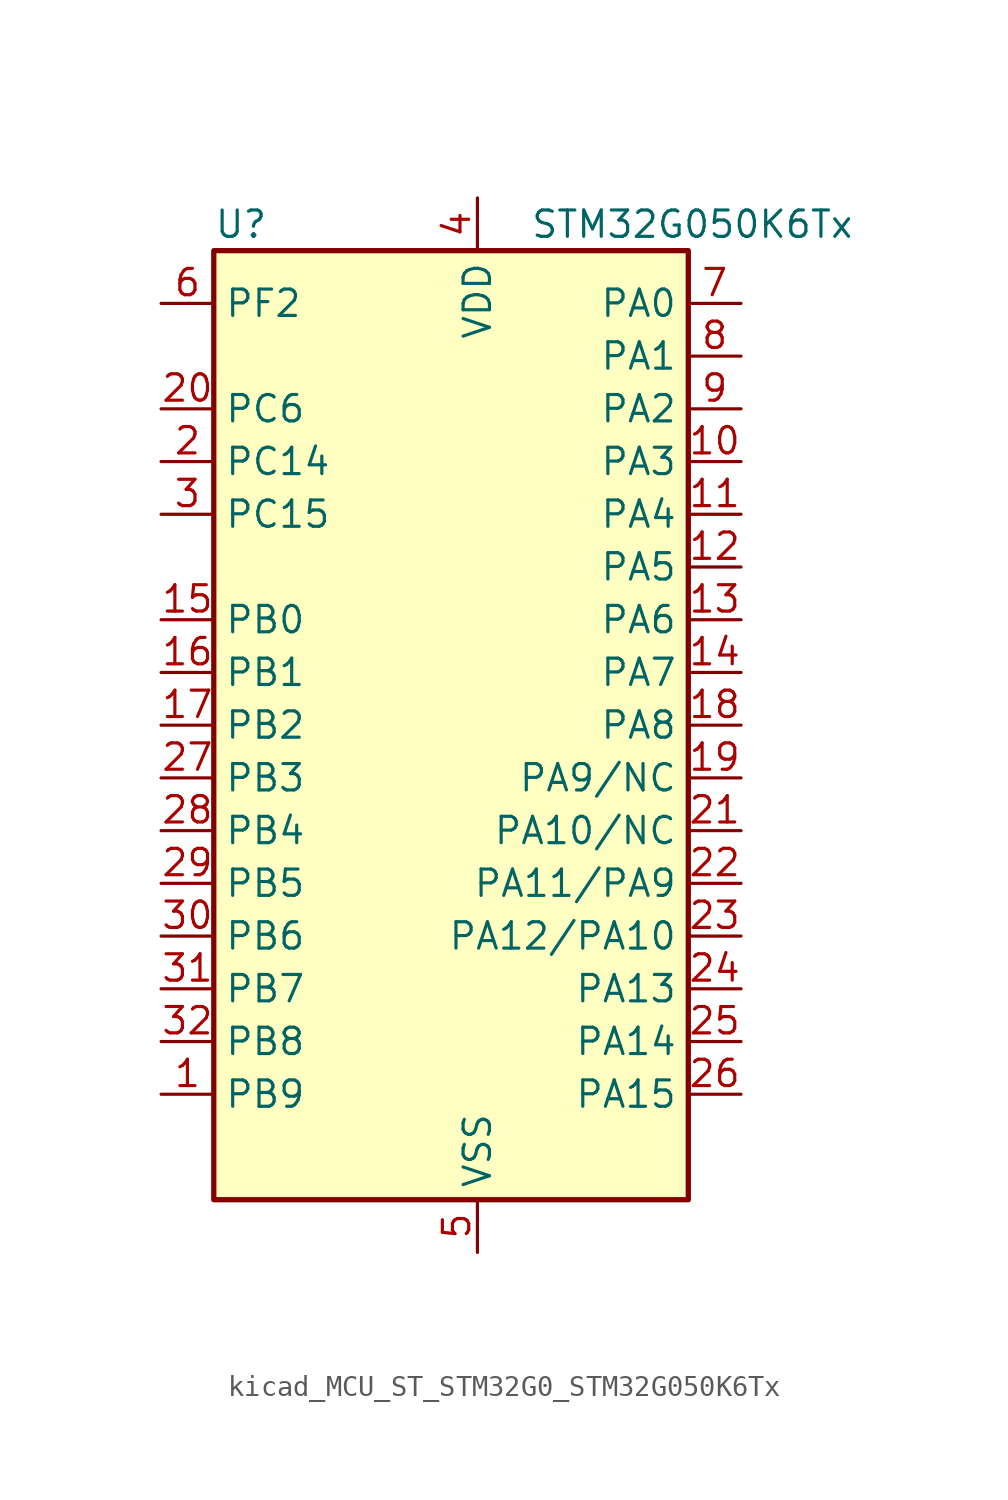
<source format=kicad_sym>
(kicad_symbol_lib
  (version 20220914)
  (generator kicad_symbol_editor)
  (symbol "kicad_MCU_ST_STM32G0_STM32G050K6Tx"
    (property "Reference" "U"
      (at -10.16 24.13 0)
      (effects (font (size 1.27 1.27)) (justify left)))
    (property "Value" "STM32G050K6Tx"
      (at 5.08 24.13 0)
      (effects (font (size 1.27 1.27)) (justify left)))
    (property "ki_locked" ""
      (at 0 0 0)
      (effects (font (size 1.27 1.27))))
    (symbol "kicad_MCU_ST_STM32G0_STM32G050K6Tx_0_1"
      (rectangle (start -10.16 -22.86) (end 12.7 22.86) (stroke (width 0.254) (type default)) (fill (type background))))
    (symbol "kicad_MCU_ST_STM32G0_STM32G050K6Tx_1_1"
      (pin bidirectional line (at -12.7 -17.78 0) (length 2.54) (name "PB9" (effects (font (size 1.27 1.27)))) (number "1" (effects (font (size 1.27 1.27)))) (alternate "I2C1_SDA" bidirectional line) (alternate "IR_OUT" bidirectional line) (alternate "SPI2_NSS" bidirectional line) (alternate "TIM17_CH1" bidirectional line))
      (pin bidirectional line (at 15.24 12.7 180) (length 2.54) (name "PA3" (effects (font (size 1.27 1.27)))) (number "10" (effects (font (size 1.27 1.27)))) (alternate "ADC1_IN3" bidirectional line) (alternate "SPI2_MISO" bidirectional line) (alternate "TIM15_CH2" bidirectional line) (alternate "USART2_RX" bidirectional line))
      (pin bidirectional line (at 15.24 10.16 180) (length 2.54) (name "PA4" (effects (font (size 1.27 1.27)))) (number "11" (effects (font (size 1.27 1.27)))) (alternate "ADC1_IN4" bidirectional line) (alternate "I2S1_WS" bidirectional line) (alternate "RTC_OUT1" bidirectional line) (alternate "RTC_TAMP_IN1" bidirectional line) (alternate "RTC_TS" bidirectional line) (alternate "SPI1_NSS" bidirectional line) (alternate "SPI2_MOSI" bidirectional line) (alternate "SYS_WKUP2" bidirectional line) (alternate "TIM14_CH1" bidirectional line))
      (pin bidirectional line (at 15.24 7.62 180) (length 2.54) (name "PA5" (effects (font (size 1.27 1.27)))) (number "12" (effects (font (size 1.27 1.27)))) (alternate "ADC1_IN5" bidirectional line) (alternate "I2S1_CK" bidirectional line) (alternate "SPI1_SCK" bidirectional line))
      (pin bidirectional line (at 15.24 5.08 180) (length 2.54) (name "PA6" (effects (font (size 1.27 1.27)))) (number "13" (effects (font (size 1.27 1.27)))) (alternate "ADC1_IN6" bidirectional line) (alternate "I2S1_MCK" bidirectional line) (alternate "SPI1_MISO" bidirectional line) (alternate "TIM16_CH1" bidirectional line) (alternate "TIM1_BK" bidirectional line) (alternate "TIM3_CH1" bidirectional line))
      (pin bidirectional line (at 15.24 2.54 180) (length 2.54) (name "PA7" (effects (font (size 1.27 1.27)))) (number "14" (effects (font (size 1.27 1.27)))) (alternate "ADC1_IN7" bidirectional line) (alternate "I2S1_SD" bidirectional line) (alternate "SPI1_MOSI" bidirectional line) (alternate "TIM14_CH1" bidirectional line) (alternate "TIM17_CH1" bidirectional line) (alternate "TIM1_CH1N" bidirectional line) (alternate "TIM3_CH2" bidirectional line))
      (pin bidirectional line (at -12.7 5.08 0) (length 2.54) (name "PB0" (effects (font (size 1.27 1.27)))) (number "15" (effects (font (size 1.27 1.27)))) (alternate "ADC1_IN8" bidirectional line) (alternate "I2S1_WS" bidirectional line) (alternate "SPI1_NSS" bidirectional line) (alternate "TIM1_CH2N" bidirectional line) (alternate "TIM3_CH3" bidirectional line))
      (pin bidirectional line (at -12.7 2.54 0) (length 2.54) (name "PB1" (effects (font (size 1.27 1.27)))) (number "16" (effects (font (size 1.27 1.27)))) (alternate "ADC1_IN9" bidirectional line) (alternate "TIM14_CH1" bidirectional line) (alternate "TIM1_CH3N" bidirectional line) (alternate "TIM3_CH4" bidirectional line))
      (pin bidirectional line (at -12.7 0 0) (length 2.54) (name "PB2" (effects (font (size 1.27 1.27)))) (number "17" (effects (font (size 1.27 1.27)))) (alternate "ADC1_IN10" bidirectional line) (alternate "SPI2_MISO" bidirectional line))
      (pin bidirectional line (at 15.24 0 180) (length 2.54) (name "PA8" (effects (font (size 1.27 1.27)))) (number "18" (effects (font (size 1.27 1.27)))) (alternate "RCC_MCO" bidirectional line) (alternate "SPI2_NSS" bidirectional line) (alternate "TIM1_CH1" bidirectional line))
      (pin bidirectional line (at 15.24 -2.54 180) (length 2.54) (name "PA9/NC" (effects (font (size 1.27 1.27)))) (number "19" (effects (font (size 1.27 1.27)))) (alternate "I2C1_SCL" bidirectional line) (alternate "RCC_MCO" bidirectional line) (alternate "SPI2_MISO" bidirectional line) (alternate "TIM15_BK" bidirectional line) (alternate "TIM1_CH2" bidirectional line) (alternate "USART1_TX" bidirectional line))
      (pin bidirectional line (at -12.7 12.7 0) (length 2.54) (name "PC14" (effects (font (size 1.27 1.27)))) (number "2" (effects (font (size 1.27 1.27)))) (alternate "RCC_OSC32_IN" bidirectional line) (alternate "RCC_OSC_IN" bidirectional line) (alternate "TIM1_BK2" bidirectional line))
      (pin bidirectional line (at -12.7 15.24 0) (length 2.54) (name "PC6" (effects (font (size 1.27 1.27)))) (number "20" (effects (font (size 1.27 1.27)))) (alternate "TIM3_CH1" bidirectional line))
      (pin bidirectional line (at 15.24 -5.08 180) (length 2.54) (name "PA10/NC" (effects (font (size 1.27 1.27)))) (number "21" (effects (font (size 1.27 1.27)))) (alternate "I2C1_SDA" bidirectional line) (alternate "SPI2_MOSI" bidirectional line) (alternate "TIM17_BK" bidirectional line) (alternate "TIM1_CH3" bidirectional line) (alternate "USART1_RX" bidirectional line))
      (pin bidirectional line (at 15.24 -7.62 180) (length 2.54) (name "PA11/PA9" (effects (font (size 1.27 1.27)))) (number "22" (effects (font (size 1.27 1.27)))) (alternate "ADC1_EXTI11" bidirectional line) (alternate "ADC1_IN15" bidirectional line) (alternate "I2C2_SCL" bidirectional line) (alternate "I2S1_MCK" bidirectional line) (alternate "SPI1_MISO" bidirectional line) (alternate "TIM1_BK2" bidirectional line) (alternate "TIM1_CH4" bidirectional line) (alternate "USART1_CTS" bidirectional line) (alternate "USART1_NSS" bidirectional line))
      (pin bidirectional line (at 15.24 -10.16 180) (length 2.54) (name "PA12/PA10" (effects (font (size 1.27 1.27)))) (number "23" (effects (font (size 1.27 1.27)))) (alternate "ADC1_IN16" bidirectional line) (alternate "I2C2_SDA" bidirectional line) (alternate "I2S1_SD" bidirectional line) (alternate "I2S_CKIN" bidirectional line) (alternate "SPI1_MOSI" bidirectional line) (alternate "TIM1_ETR" bidirectional line) (alternate "USART1_CK" bidirectional line) (alternate "USART1_DE" bidirectional line) (alternate "USART1_RTS" bidirectional line))
      (pin bidirectional line (at 15.24 -12.7 180) (length 2.54) (name "PA13" (effects (font (size 1.27 1.27)))) (number "24" (effects (font (size 1.27 1.27)))) (alternate "ADC1_IN17" bidirectional line) (alternate "IR_OUT" bidirectional line) (alternate "SYS_SWDIO" bidirectional line))
      (pin bidirectional line (at 15.24 -15.24 180) (length 2.54) (name "PA14" (effects (font (size 1.27 1.27)))) (number "25" (effects (font (size 1.27 1.27)))) (alternate "ADC1_IN18" bidirectional line) (alternate "SYS_SWCLK" bidirectional line) (alternate "USART2_TX" bidirectional line))
      (pin bidirectional line (at 15.24 -17.78 180) (length 2.54) (name "PA15" (effects (font (size 1.27 1.27)))) (number "26" (effects (font (size 1.27 1.27)))) (alternate "I2S1_WS" bidirectional line) (alternate "SPI1_NSS" bidirectional line) (alternate "USART2_RX" bidirectional line))
      (pin bidirectional line (at -12.7 -2.54 0) (length 2.54) (name "PB3" (effects (font (size 1.27 1.27)))) (number "27" (effects (font (size 1.27 1.27)))) (alternate "I2S1_CK" bidirectional line) (alternate "SPI1_SCK" bidirectional line) (alternate "TIM1_CH2" bidirectional line) (alternate "USART1_CK" bidirectional line) (alternate "USART1_DE" bidirectional line) (alternate "USART1_RTS" bidirectional line))
      (pin bidirectional line (at -12.7 -5.08 0) (length 2.54) (name "PB4" (effects (font (size 1.27 1.27)))) (number "28" (effects (font (size 1.27 1.27)))) (alternate "I2S1_MCK" bidirectional line) (alternate "SPI1_MISO" bidirectional line) (alternate "TIM17_BK" bidirectional line) (alternate "TIM3_CH1" bidirectional line) (alternate "USART1_CTS" bidirectional line) (alternate "USART1_NSS" bidirectional line))
      (pin bidirectional line (at -12.7 -7.62 0) (length 2.54) (name "PB5" (effects (font (size 1.27 1.27)))) (number "29" (effects (font (size 1.27 1.27)))) (alternate "I2C1_SMBA" bidirectional line) (alternate "I2S1_SD" bidirectional line) (alternate "SPI1_MOSI" bidirectional line) (alternate "SYS_WKUP6" bidirectional line) (alternate "TIM16_BK" bidirectional line) (alternate "TIM3_CH2" bidirectional line))
      (pin bidirectional line (at -12.7 10.16 0) (length 2.54) (name "PC15" (effects (font (size 1.27 1.27)))) (number "3" (effects (font (size 1.27 1.27)))) (alternate "RCC_OSC32_EN" bidirectional line) (alternate "RCC_OSC32_OUT" bidirectional line) (alternate "RCC_OSC_EN" bidirectional line) (alternate "TIM15_BK" bidirectional line))
      (pin bidirectional line (at -12.7 -10.16 0) (length 2.54) (name "PB6" (effects (font (size 1.27 1.27)))) (number "30" (effects (font (size 1.27 1.27)))) (alternate "I2C1_SCL" bidirectional line) (alternate "SPI2_MISO" bidirectional line) (alternate "TIM16_CH1N" bidirectional line) (alternate "TIM1_CH3" bidirectional line) (alternate "USART1_TX" bidirectional line))
      (pin bidirectional line (at -12.7 -12.7 0) (length 2.54) (name "PB7" (effects (font (size 1.27 1.27)))) (number "31" (effects (font (size 1.27 1.27)))) (alternate "ADC1_IN11" bidirectional line) (alternate "I2C1_SDA" bidirectional line) (alternate "SPI2_MOSI" bidirectional line) (alternate "SYS_PVD_IN" bidirectional line) (alternate "TIM17_CH1N" bidirectional line) (alternate "USART1_RX" bidirectional line))
      (pin bidirectional line (at -12.7 -15.24 0) (length 2.54) (name "PB8" (effects (font (size 1.27 1.27)))) (number "32" (effects (font (size 1.27 1.27)))) (alternate "I2C1_SCL" bidirectional line) (alternate "SPI2_SCK" bidirectional line) (alternate "TIM15_BK" bidirectional line) (alternate "TIM16_CH1" bidirectional line))
      (pin power_in line (at 2.54 25.4 270) (length 2.54) (name "VDD" (effects (font (size 1.27 1.27)))) (number "4" (effects (font (size 1.27 1.27)))))
      (pin power_in line (at 2.54 -25.4 90) (length 2.54) (name "VSS" (effects (font (size 1.27 1.27)))) (number "5" (effects (font (size 1.27 1.27)))))
      (pin bidirectional line (at -12.7 20.32 0) (length 2.54) (name "PF2" (effects (font (size 1.27 1.27)))) (number "6" (effects (font (size 1.27 1.27)))) (alternate "RCC_MCO" bidirectional line))
      (pin bidirectional line (at 15.24 20.32 180) (length 2.54) (name "PA0" (effects (font (size 1.27 1.27)))) (number "7" (effects (font (size 1.27 1.27)))) (alternate "ADC1_IN0" bidirectional line) (alternate "RTC_TAMP_IN2" bidirectional line) (alternate "SPI2_SCK" bidirectional line) (alternate "SYS_WKUP1" bidirectional line) (alternate "USART2_CTS" bidirectional line) (alternate "USART2_NSS" bidirectional line))
      (pin bidirectional line (at 15.24 17.78 180) (length 2.54) (name "PA1" (effects (font (size 1.27 1.27)))) (number "8" (effects (font (size 1.27 1.27)))) (alternate "ADC1_IN1" bidirectional line) (alternate "I2C1_SMBA" bidirectional line) (alternate "I2S1_CK" bidirectional line) (alternate "SPI1_SCK" bidirectional line) (alternate "TIM15_CH1N" bidirectional line) (alternate "USART2_CK" bidirectional line) (alternate "USART2_DE" bidirectional line) (alternate "USART2_RTS" bidirectional line))
      (pin bidirectional line (at 15.24 15.24 180) (length 2.54) (name "PA2" (effects (font (size 1.27 1.27)))) (number "9" (effects (font (size 1.27 1.27)))) (alternate "ADC1_IN2" bidirectional line) (alternate "I2S1_SD" bidirectional line) (alternate "RCC_LSCO" bidirectional line) (alternate "SPI1_MOSI" bidirectional line) (alternate "SYS_WKUP4" bidirectional line) (alternate "TIM15_CH1" bidirectional line) (alternate "USART2_TX" bidirectional line)))))
</source>
